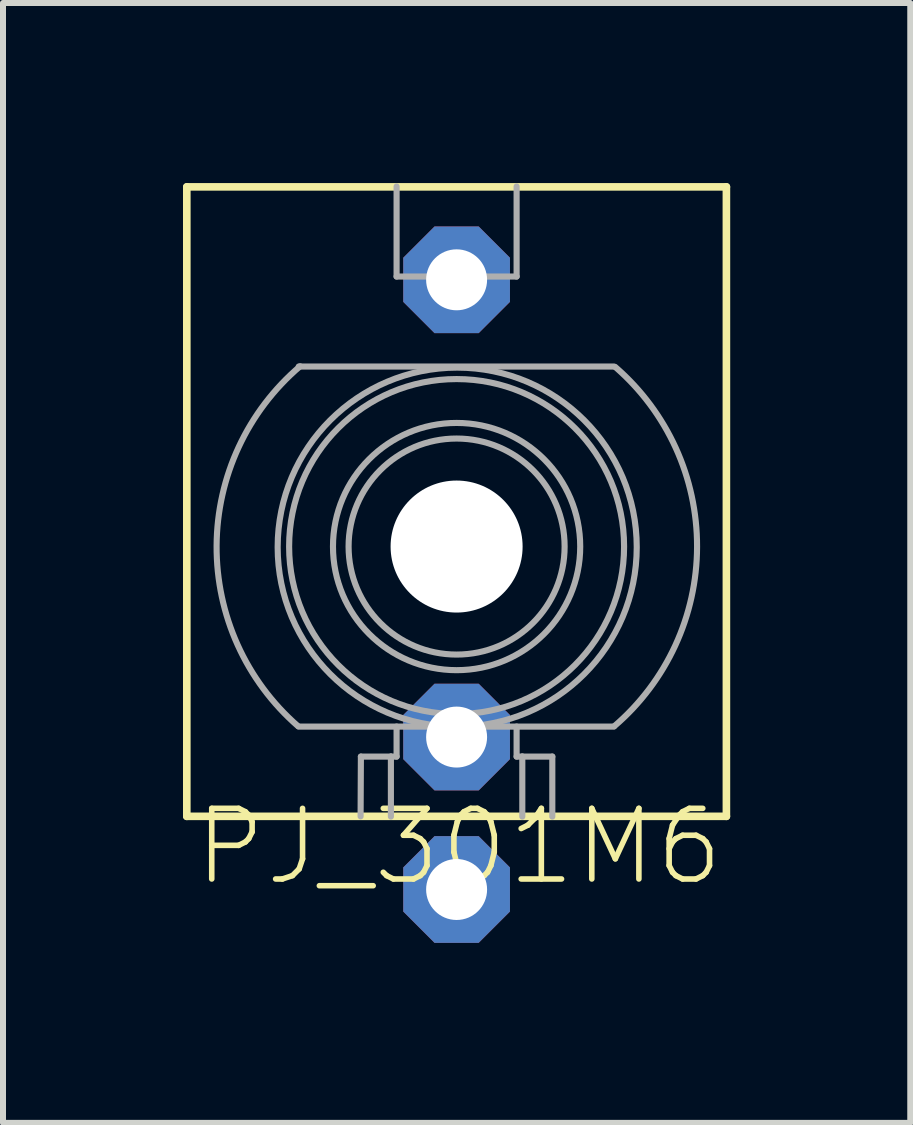
<source format=kicad_pcb>
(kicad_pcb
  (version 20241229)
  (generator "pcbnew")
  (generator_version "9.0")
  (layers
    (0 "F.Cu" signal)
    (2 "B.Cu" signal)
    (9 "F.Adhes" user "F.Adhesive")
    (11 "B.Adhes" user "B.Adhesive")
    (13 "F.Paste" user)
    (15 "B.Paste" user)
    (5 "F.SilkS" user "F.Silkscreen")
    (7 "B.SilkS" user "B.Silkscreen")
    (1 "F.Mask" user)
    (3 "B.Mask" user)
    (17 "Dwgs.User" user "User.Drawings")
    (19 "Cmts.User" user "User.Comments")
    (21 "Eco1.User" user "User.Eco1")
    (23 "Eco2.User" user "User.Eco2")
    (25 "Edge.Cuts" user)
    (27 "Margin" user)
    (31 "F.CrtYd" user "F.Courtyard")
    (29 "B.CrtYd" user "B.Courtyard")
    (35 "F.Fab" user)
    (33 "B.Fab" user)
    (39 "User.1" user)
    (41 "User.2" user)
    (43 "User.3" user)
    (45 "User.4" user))
  (footprint "PJ_301M6"
    (layer "F.Cu")
    (at 4.559 6.058)
    (property "Reference" "PJ_301M6" (at 4.5 5 0) (layer "F.SilkS") (effects (font (size 1.177 1.177) (thickness 0.093)) (justify right)))
    (fp_line (start -4.496 -5.994) (end 4.496 -5.994) (stroke (width 0.127) (type solid)) (layer "F.SilkS"))
    (fp_line (start -4.496 4.496) (end -4.496 -5.994) (stroke (width 0.127) (type solid)) (layer "F.SilkS"))
    (fp_line (start 4.496 -5.994) (end 4.496 4.496) (stroke (width 0.127) (type solid)) (layer "F.SilkS"))
    (fp_line (start 4.496 4.496) (end -4.496 4.496) (stroke (width 0.127) (type solid)) (layer "F.SilkS"))
    (fp_line (start -2.631 -3) (end 2.62 -3) (stroke (width 0.102) (type solid)) (layer "F.Fab"))
    (fp_line (start -2.631 3) (end 2.62 3) (stroke (width 0.102) (type solid)) (layer "F.Fab"))
    (fp_line (start -1.6 4.496) (end -1.595 3.5) (stroke (width 0.102) (type solid)) (layer "F.Fab"))
    (fp_line (start -1.595 3.5) (end -1.095 3.5) (stroke (width 0.102) (type solid)) (layer "F.Fab"))
    (fp_line (start -1.095 3.5) (end -1.095 4.5) (stroke (width 0.102) (type solid)) (layer "F.Fab"))
    (fp_line (start -1.095 3.5) (end -1 3.5) (stroke (width 0.102) (type solid)) (layer "F.Fab"))
    (fp_line (start -1 -4.5) (end -1 -6) (stroke (width 0.102) (type solid)) (layer "F.Fab"))
    (fp_line (start -1 0) (end 1 0) (stroke (width 0.102) (type solid)) (layer "F.Fab"))
    (fp_line (start -1 3.5) (end -1 3) (stroke (width 0.102) (type solid)) (layer "F.Fab"))
    (fp_line (start 0 -1) (end 0 1) (stroke (width 0.102) (type solid)) (layer "F.Fab"))
    (fp_line (start 1 -6) (end 1 -4.5) (stroke (width 0.102) (type solid)) (layer "F.Fab"))
    (fp_line (start 1 -4.5) (end -1 -4.5) (stroke (width 0.102) (type solid)) (layer "F.Fab"))
    (fp_line (start 1 3) (end 1 3.5) (stroke (width 0.102) (type solid)) (layer "F.Fab"))
    (fp_line (start 1 3.5) (end 1.095 3.5) (stroke (width 0.102) (type solid)) (layer "F.Fab"))
    (fp_line (start 1.095 3.5) (end 1.095 4.5) (stroke (width 0.102) (type solid)) (layer "F.Fab"))
    (fp_line (start 1.095 3.5) (end 1.595 3.5) (stroke (width 0.102) (type solid)) (layer "F.Fab"))
    (fp_line (start 1.595 3.5) (end 1.595 4.5) (stroke (width 0.102) (type solid)) (layer "F.Fab"))
    (fp_arc (start -2.641998 2.994) (mid -3.999529 -0.012791) (end -2.608 -3.004) (stroke (width 0.1016) (type solid)) (layer "F.Fab"))
    (fp_arc (start 2.642 -2.994) (mid 4.007235 0.003208) (end 2.628 2.994) (stroke (width 0.1016) (type solid)) (layer "F.Fab"))
    (fp_circle (center 0 0) (end 1.8 0) (stroke (width 0.102) (type solid)) (fill no) (layer "F.Fab"))
    (fp_circle (center 0 0) (end 2.06 0) (stroke (width 0.102) (type solid)) (fill no) (layer "F.Fab"))
    (fp_circle (center 0 0) (end 2.791 0) (stroke (width 0.102) (type solid)) (fill no) (layer "F.Fab"))
    (fp_circle (center 0.01 0.01) (end 3.002 0.01) (stroke (width 0.102) (type solid)) (fill no) (layer "F.Fab"))
    (pad "" np_thru_hole circle (at 0 0) (size 2.2 2.2) (drill 2.2) (layers "*.Cu" "*.Mask"))
    (pad "P1" thru_hole roundrect (at 0 5.715) (size 1.778 1.778) (drill 1.016) (layers "*.Cu" "*.Mask") (roundrect_rratio 0.25) (chamfer_ratio 0.293) (chamfer top_left top_right bottom_left bottom_right))
    (pad "P2" thru_hole roundrect (at 0 3.175) (size 1.778 1.778) (drill 1.016) (layers "*.Cu" "*.Mask") (roundrect_rratio 0.25) (chamfer_ratio 0.293) (chamfer top_left top_right bottom_left bottom_right))
    (pad "P3" thru_hole roundrect (at 0 -4.445) (size 1.778 1.778) (drill 1.016) (layers "*.Cu" "*.Mask") (roundrect_rratio 0.25) (chamfer_ratio 0.293) (chamfer top_left top_right bottom_left bottom_right)))
  (gr_rect
    (start -3 -3)
    (end 12.119 15.662)
    (stroke (width 0.1) (type default))
    (fill no)
    (layer "Edge.Cuts")))
</source>
